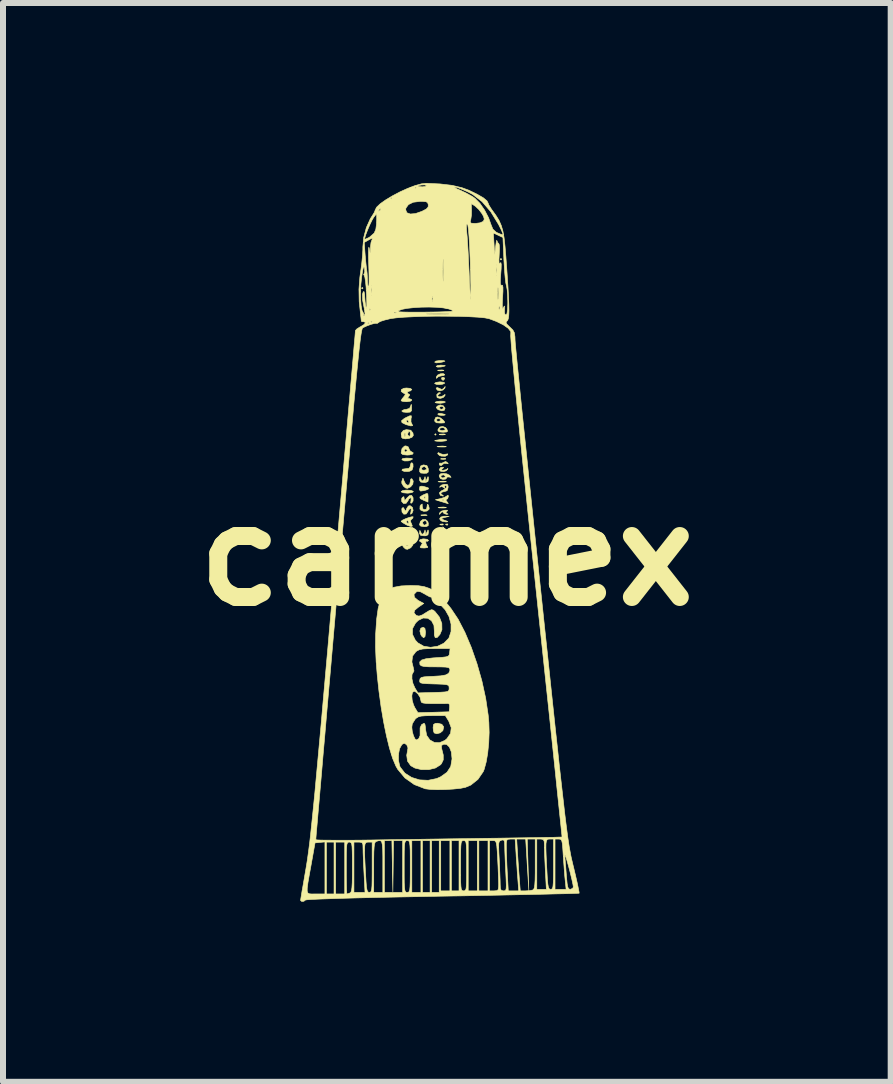
<source format=kicad_pcb>
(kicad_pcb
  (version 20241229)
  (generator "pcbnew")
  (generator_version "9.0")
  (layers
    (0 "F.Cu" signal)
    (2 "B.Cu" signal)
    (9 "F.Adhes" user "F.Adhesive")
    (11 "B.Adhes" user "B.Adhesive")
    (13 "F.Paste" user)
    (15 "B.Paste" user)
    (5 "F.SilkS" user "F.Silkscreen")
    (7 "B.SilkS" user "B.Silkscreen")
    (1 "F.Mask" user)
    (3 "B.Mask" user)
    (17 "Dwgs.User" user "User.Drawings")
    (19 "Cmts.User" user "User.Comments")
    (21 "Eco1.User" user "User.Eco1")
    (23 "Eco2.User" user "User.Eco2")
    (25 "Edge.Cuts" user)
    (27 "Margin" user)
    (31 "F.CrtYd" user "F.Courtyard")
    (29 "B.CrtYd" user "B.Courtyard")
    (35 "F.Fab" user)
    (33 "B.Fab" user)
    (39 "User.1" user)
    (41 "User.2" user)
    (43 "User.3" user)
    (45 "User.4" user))
  (footprint "carmex"
    (layer "F.Cu")
    (at 4.398 6.211)
    (property "Reference" "carmex" (at 0 0 0) (layer "F.SilkS") (effects (font (size 1.524 1.524) (thickness 0.3))))
    (attr through_hole)
    (fp_poly (pts (xy -1.397 -4.458) (xy -1.41 -4.445) (xy -1.422 -4.458) (xy -1.41 -4.47) (xy -1.397 -4.458)) (stroke (width 0.01) (type solid)) (fill yes) (layer "F.SilkS"))
    (fp_poly (pts (xy -0.178 -2.019) (xy -0.191 -2.007) (xy -0.203 -2.019) (xy -0.191 -2.032) (xy -0.178 -2.019)) (stroke (width 0.01) (type solid)) (fill yes) (layer "F.SilkS"))
    (fp_poly (pts (xy -0.178 0.495) (xy -0.191 0.508) (xy -0.203 0.495) (xy -0.191 0.483) (xy -0.178 0.495)) (stroke (width 0.01) (type solid)) (fill yes) (layer "F.SilkS"))
    (fp_poly (pts (xy 0.914 -4.94) (xy 0.902 -4.928) (xy 0.889 -4.94) (xy 0.902 -4.953) (xy 0.914 -4.94)) (stroke (width 0.01) (type solid)) (fill yes) (layer "F.SilkS"))
    (fp_poly (pts (xy -0.161 0.389) (xy -0.158 0.42) (xy -0.161 0.423) (xy -0.176 0.42) (xy -0.178 0.406) (xy -0.169 0.385) (xy -0.161 0.389)) (stroke (width 0.01) (type solid)) (fill yes) (layer "F.SilkS"))
    (fp_poly (pts (xy -0.058 -0.523) (xy -0.065 -0.512) (xy -0.091 -0.51) (xy -0.118 -0.516) (xy -0.106 -0.525) (xy -0.067 -0.528) (xy -0.058 -0.523)) (stroke (width 0.01) (type solid)) (fill yes) (layer "F.SilkS"))
    (fp_poly (pts (xy 0.017 -0.525) (xy 0.013 -0.51) (xy 0 -0.508) (xy -0.021 -0.517) (xy -0.017 -0.525) (xy 0.013 -0.528) (xy 0.017 -0.525)) (stroke (width 0.01) (type solid)) (fill yes) (layer "F.SilkS"))
    (fp_poly (pts (xy -0.337 -0.678) (xy -0.329 -0.671) (xy -0.364 -0.667) (xy -0.381 -0.666) (xy -0.427 -0.669) (xy -0.433 -0.676) (xy -0.425 -0.678) (xy -0.361 -0.682) (xy -0.337 -0.678)) (stroke (width 0.01) (type solid)) (fill yes) (layer "F.SilkS"))
    (fp_poly (pts (xy -0.089 -2.368) (xy -0.041 -2.356) (xy -0.025 -2.347) (xy -0.047 -2.339) (xy -0.089 -2.337) (xy -0.137 -2.344) (xy -0.152 -2.359) (xy -0.131 -2.371) (xy -0.089 -2.368)) (stroke (width 0.01) (type solid)) (fill yes) (layer "F.SilkS"))
    (fp_poly (pts (xy -0.057 -3.091) (xy -0.049 -3.084) (xy -0.084 -3.08) (xy -0.102 -3.079) (xy -0.148 -3.082) (xy -0.153 -3.089) (xy -0.146 -3.091) (xy -0.082 -3.095) (xy -0.057 -3.091)) (stroke (width 0.01) (type solid)) (fill yes) (layer "F.SilkS"))
    (fp_poly (pts (xy -0.036 -2.96) (xy -0.038 -2.946) (xy -0.06 -2.922) (xy -0.064 -2.921) (xy -0.084 -2.939) (xy -0.089 -2.946) (xy -0.083 -2.968) (xy -0.064 -2.972) (xy -0.036 -2.96)) (stroke (width 0.01) (type solid)) (fill yes) (layer "F.SilkS"))
    (fp_poly (pts (xy -0.032 -2.024) (xy -0.024 -2.017) (xy -0.059 -2.013) (xy -0.076 -2.012) (xy -0.122 -2.015) (xy -0.128 -2.022) (xy -0.121 -2.024) (xy -0.056 -2.028) (xy -0.032 -2.024)) (stroke (width 0.01) (type solid)) (fill yes) (layer "F.SilkS"))
    (fp_poly (pts (xy -0.019 -1.237) (xy -0.007 -1.231) (xy -0.039 -1.227) (xy -0.076 -1.226) (xy -0.131 -1.228) (xy -0.146 -1.233) (xy -0.133 -1.237) (xy -0.059 -1.241) (xy -0.019 -1.237)) (stroke (width 0.01) (type solid)) (fill yes) (layer "F.SilkS"))
    (fp_poly (pts (xy -0.019 -0.805) (xy -0.007 -0.799) (xy -0.039 -0.795) (xy -0.076 -0.794) (xy -0.131 -0.796) (xy -0.146 -0.801) (xy -0.133 -0.805) (xy -0.059 -0.81) (xy -0.019 -0.805)) (stroke (width 0.01) (type solid)) (fill yes) (layer "F.SilkS"))
    (fp_poly (pts (xy -0.019 -1.821) (xy -0.008 -1.815) (xy -0.042 -1.811) (xy -0.089 -1.811) (xy -0.147 -1.813) (xy -0.163 -1.817) (xy -0.146 -1.822) (xy -0.071 -1.826) (xy -0.019 -1.821)) (stroke (width 0.01) (type solid)) (fill yes) (layer "F.SilkS"))
    (fp_poly (pts (xy -0.019 -1.617) (xy -0.018 -1.609) (xy -0.057 -1.605) (xy -0.064 -1.605) (xy -0.103 -1.609) (xy -0.099 -1.617) (xy -0.095 -1.618) (xy -0.039 -1.622) (xy -0.019 -1.617)) (stroke (width 0.01) (type solid)) (fill yes) (layer "F.SilkS"))
    (fp_poly (pts (xy 0.006 -0.348) (xy 0.018 -0.342) (xy -0.014 -0.338) (xy -0.051 -0.337) (xy -0.106 -0.339) (xy -0.121 -0.344) (xy -0.108 -0.348) (xy -0.034 -0.352) (xy 0.006 -0.348)) (stroke (width 0.01) (type solid)) (fill yes) (layer "F.SilkS"))
    (fp_poly (pts (xy 0.01 -0.271) (xy 0.025 -0.254) (xy 0.004 -0.235) (xy -0.038 -0.229) (xy -0.086 -0.237) (xy -0.102 -0.254) (xy -0.08 -0.273) (xy -0.038 -0.279) (xy 0.01 -0.271)) (stroke (width 0.01) (type solid)) (fill yes) (layer "F.SilkS"))
    (fp_poly (pts (xy -0.591 -1.622) (xy -0.572 -1.612) (xy -0.584 -1.6) (xy -0.642 -1.579) (xy -0.705 -1.578) (xy -0.747 -1.597) (xy -0.749 -1.6) (xy -0.738 -1.617) (xy -0.683 -1.625) (xy -0.656 -1.625) (xy -0.591 -1.622)) (stroke (width 0.01) (type solid)) (fill yes) (layer "F.SilkS"))
    (fp_poly (pts (xy -0.366 1.212) (xy -0.356 1.271) (xy -0.356 1.283) (xy -0.364 1.349) (xy -0.387 1.369) (xy -0.419 1.342) (xy -0.433 1.319) (xy -0.45 1.256) (xy -0.433 1.209) (xy -0.394 1.194) (xy -0.366 1.212)) (stroke (width 0.01) (type solid)) (fill yes) (layer "F.SilkS"))
    (fp_poly (pts (xy -0.046 -3.249) (xy -0.032 -3.241) (xy -0.069 -3.228) (xy -0.121 -3.217) (xy -0.178 -3.213) (xy -0.203 -3.225) (xy -0.203 -3.226) (xy -0.181 -3.243) (xy -0.125 -3.251) (xy -0.11 -3.251) (xy -0.046 -3.249)) (stroke (width 0.01) (type solid)) (fill yes) (layer "F.SilkS"))
    (fp_poly (pts (xy -0.036 -3.019) (xy -0.047 -3.003) (xy -0.085 -2.997) (xy -0.138 -2.986) (xy -0.161 -2.965) (xy -0.172 -2.954) (xy -0.176 -2.975) (xy -0.156 -3.008) (xy -0.11 -3.03) (xy -0.061 -3.034) (xy -0.036 -3.019)) (stroke (width 0.01) (type solid)) (fill yes) (layer "F.SilkS"))
    (fp_poly (pts (xy -0.387 -1.153) (xy -0.333 -1.137) (xy -0.307 -1.127) (xy -0.306 -1.111) (xy -0.346 -1.093) (xy -0.387 -1.083) (xy -0.438 -1.076) (xy -0.456 -1.097) (xy -0.457 -1.118) (xy -0.449 -1.153) (xy -0.416 -1.158) (xy -0.387 -1.153)) (stroke (width 0.01) (type solid)) (fill yes) (layer "F.SilkS"))
    (fp_poly (pts (xy -0.116 -1.703) (xy -0.061 -1.685) (xy -0.023 -1.69) (xy 0.015 -1.696) (xy 0.014 -1.679) (xy -0.027 -1.656) (xy -0.092 -1.659) (xy -0.121 -1.668) (xy -0.15 -1.696) (xy -0.152 -1.707) (xy -0.138 -1.717) (xy -0.116 -1.703)) (stroke (width 0.01) (type solid)) (fill yes) (layer "F.SilkS"))
    (fp_poly (pts (xy -0.057 -2.89) (xy -0.035 -2.878) (xy -0.036 -2.874) (xy -0.067 -2.858) (xy -0.119 -2.851) (xy -0.172 -2.854) (xy -0.202 -2.867) (xy -0.203 -2.872) (xy -0.181 -2.887) (xy -0.126 -2.895) (xy -0.113 -2.896) (xy -0.057 -2.89)) (stroke (width 0.01) (type solid)) (fill yes) (layer "F.SilkS"))
    (fp_poly (pts (xy -0.054 -2.573) (xy -0.026 -2.562) (xy -0.025 -2.559) (xy -0.048 -2.547) (xy -0.103 -2.54) (xy -0.119 -2.54) (xy -0.174 -2.544) (xy -0.196 -2.554) (xy -0.195 -2.557) (xy -0.161 -2.57) (xy -0.107 -2.575) (xy -0.054 -2.573)) (stroke (width 0.01) (type solid)) (fill yes) (layer "F.SilkS"))
    (fp_poly (pts (xy -0.597 -1.087) (xy -0.561 -1.072) (xy -0.559 -1.067) (xy -0.581 -1.051) (xy -0.638 -1.042) (xy -0.66 -1.041) (xy -0.724 -1.047) (xy -0.759 -1.061) (xy -0.762 -1.067) (xy -0.739 -1.083) (xy -0.683 -1.092) (xy -0.66 -1.092) (xy -0.597 -1.087)) (stroke (width 0.01) (type solid)) (fill yes) (layer "F.SilkS"))
    (fp_poly (pts (xy -0.048 -3.172) (xy -0.025 -3.165) (xy -0.025 -3.165) (xy -0.047 -3.155) (xy -0.1 -3.144) (xy -0.102 -3.144) (xy -0.155 -3.142) (xy -0.178 -3.153) (xy -0.178 -3.154) (xy -0.156 -3.169) (xy -0.102 -3.175) (xy -0.102 -3.175) (xy -0.048 -3.172)) (stroke (width 0.01) (type solid)) (fill yes) (layer "F.SilkS"))
    (fp_poly (pts (xy -0.003 -1.929) (xy 0 -1.925) (xy -0.023 -1.912) (xy -0.079 -1.906) (xy -0.102 -1.905) (xy -0.165 -1.907) (xy -0.201 -1.913) (xy -0.203 -1.915) (xy -0.181 -1.923) (xy -0.124 -1.932) (xy -0.102 -1.935) (xy -0.038 -1.936) (xy -0.003 -1.929)) (stroke (width 0.01) (type solid)) (fill yes) (layer "F.SilkS"))
    (fp_poly (pts (xy 0.005 -0.162) (xy 0.046 -0.154) (xy 0.051 -0.149) (xy 0.029 -0.137) (xy -0.024 -0.126) (xy -0.088 -0.12) (xy -0.142 -0.119) (xy -0.166 -0.124) (xy -0.176 -0.148) (xy -0.145 -0.161) (xy -0.067 -0.165) (xy -0.064 -0.165) (xy 0.005 -0.162)) (stroke (width 0.01) (type solid)) (fill yes) (layer "F.SilkS"))
    (fp_poly (pts (xy -0.566 -0.409) (xy -0.57 -0.353) (xy -0.588 -0.327) (xy -0.644 -0.308) (xy -0.706 -0.308) (xy -0.747 -0.327) (xy -0.749 -0.33) (xy -0.74 -0.348) (xy -0.691 -0.356) (xy -0.69 -0.356) (xy -0.628 -0.368) (xy -0.597 -0.413) (xy -0.578 -0.47) (xy -0.566 -0.409)) (stroke (width 0.01) (type solid)) (fill yes) (layer "F.SilkS"))
    (fp_poly (pts (xy -0.084 2.811) (xy -0.053 2.853) (xy -0.065 2.912) (xy -0.068 2.918) (xy -0.111 2.954) (xy -0.167 2.969) (xy -0.21 2.956) (xy -0.211 2.956) (xy -0.224 2.92) (xy -0.229 2.866) (xy -0.222 2.815) (xy -0.191 2.796) (xy -0.152 2.794) (xy -0.084 2.811)) (stroke (width 0.01) (type solid)) (fill yes) (layer "F.SilkS"))
    (fp_poly (pts (xy -0.03 -2.802) (xy -0.032 -2.794) (xy -0.063 -2.761) (xy -0.114 -2.746) (xy -0.158 -2.758) (xy -0.16 -2.759) (xy -0.179 -2.792) (xy -0.16 -2.802) (xy -0.126 -2.788) (xy -0.082 -2.769) (xy -0.053 -2.787) (xy -0.048 -2.794) (xy -0.028 -2.819) (xy -0.03 -2.802)) (stroke (width 0.01) (type solid)) (fill yes) (layer "F.SilkS"))
    (fp_poly (pts (xy -0.589 -2.499) (xy -0.588 -2.47) (xy -0.589 -2.415) (xy -0.611 -2.392) (xy -0.666 -2.388) (xy -0.675 -2.388) (xy -0.732 -2.394) (xy -0.751 -2.41) (xy -0.749 -2.413) (xy -0.714 -2.433) (xy -0.673 -2.438) (xy -0.621 -2.455) (xy -0.602 -2.496) (xy -0.594 -2.522) (xy -0.589 -2.499)) (stroke (width 0.01) (type solid)) (fill yes) (layer "F.SilkS"))
    (fp_poly (pts (xy 0.007 -1.552) (xy 0.023 -1.531) (xy -0.003 -1.537) (xy -0.004 -1.537) (xy -0.048 -1.538) (xy -0.062 -1.526) (xy -0.094 -1.5) (xy -0.122 -1.509) (xy -0.127 -1.528) (xy -0.117 -1.545) (xy -0.11 -1.541) (xy -0.08 -1.541) (xy -0.058 -1.554) (xy -0.019 -1.569) (xy 0.007 -1.552)) (stroke (width 0.01) (type solid)) (fill yes) (layer "F.SilkS"))
    (fp_poly (pts (xy 0.038 -0.654) (xy -0.038 -0.636) (xy -0.081 -0.623) (xy -0.085 -0.61) (xy -0.045 -0.591) (xy 0 -0.576) (xy 0.016 -0.565) (xy -0.013 -0.561) (xy -0.073 -0.571) (xy -0.099 -0.582) (xy -0.121 -0.613) (xy -0.103 -0.642) (xy -0.053 -0.657) (xy -0.03 -0.657) (xy 0.038 -0.654)) (stroke (width 0.01) (type solid)) (fill yes) (layer "F.SilkS"))
    (fp_poly (pts (xy -0.565 -1.528) (xy -0.563 -1.48) (xy -0.579 -1.429) (xy -0.619 -1.407) (xy -0.652 -1.402) (xy -0.712 -1.404) (xy -0.748 -1.42) (xy -0.748 -1.421) (xy -0.74 -1.441) (xy -0.688 -1.448) (xy -0.687 -1.448) (xy -0.631 -1.455) (xy -0.611 -1.484) (xy -0.61 -1.499) (xy -0.598 -1.54) (xy -0.583 -1.549) (xy -0.565 -1.528)) (stroke (width 0.01) (type solid)) (fill yes) (layer "F.SilkS"))
    (fp_poly (pts (xy 0.009 -0.745) (xy 0.003 -0.741) (xy -0.018 -0.719) (xy 0.003 -0.704) (xy 0.02 -0.692) (xy -0.004 -0.688) (xy -0.048 -0.702) (xy -0.059 -0.718) (xy -0.077 -0.734) (xy -0.102 -0.711) (xy -0.123 -0.686) (xy -0.123 -0.702) (xy -0.121 -0.711) (xy -0.091 -0.741) (xy -0.036 -0.757) (xy 0.01 -0.757) (xy 0.009 -0.745)) (stroke (width 0.01) (type solid)) (fill yes) (layer "F.SilkS"))
    (fp_poly (pts (xy -0.104 -2.71) (xy -0.121 -2.701) (xy -0.15 -2.674) (xy -0.152 -2.664) (xy -0.134 -2.647) (xy -0.092 -2.651) (xy -0.051 -2.671) (xy -0.043 -2.68) (xy -0.029 -2.685) (xy -0.032 -2.667) (xy -0.062 -2.634) (xy -0.111 -2.62) (xy -0.156 -2.631) (xy -0.164 -2.64) (xy -0.168 -2.684) (xy -0.138 -2.713) (xy -0.119 -2.716) (xy -0.104 -2.71)) (stroke (width 0.01) (type solid)) (fill yes) (layer "F.SilkS"))
    (fp_poly (pts (xy -0.053 -1.469) (xy -0.071 -1.451) (xy -0.076 -1.448) (xy -0.097 -1.429) (xy -0.072 -1.423) (xy -0.059 -1.423) (xy -0.01 -1.433) (xy 0.009 -1.448) (xy 0.017 -1.454) (xy 0.015 -1.442) (xy -0.01 -1.414) (xy -0.056 -1.401) (xy -0.103 -1.406) (xy -0.127 -1.429) (xy -0.127 -1.433) (xy -0.106 -1.467) (xy -0.083 -1.473) (xy -0.053 -1.469)) (stroke (width 0.01) (type solid)) (fill yes) (layer "F.SilkS"))
    (fp_poly (pts (xy -0.56 -0.227) (xy -0.568 -0.174) (xy -0.602 -0.131) (xy -0.608 -0.128) (xy -0.657 -0.105) (xy -0.689 -0.111) (xy -0.722 -0.142) (xy -0.757 -0.197) (xy -0.756 -0.246) (xy -0.738 -0.266) (xy -0.717 -0.256) (xy -0.707 -0.223) (xy -0.686 -0.178) (xy -0.66 -0.165) (xy -0.628 -0.187) (xy -0.614 -0.223) (xy -0.599 -0.261) (xy -0.582 -0.266) (xy -0.56 -0.227)) (stroke (width 0.01) (type solid)) (fill yes) (layer "F.SilkS"))
    (fp_poly (pts (xy -0.41 -0.83) (xy -0.411 -0.826) (xy -0.4 -0.78) (xy -0.375 -0.767) (xy -0.339 -0.775) (xy -0.33 -0.817) (xy -0.325 -0.855) (xy -0.31 -0.846) (xy -0.307 -0.841) (xy -0.294 -0.79) (xy -0.297 -0.771) (xy -0.331 -0.743) (xy -0.384 -0.738) (xy -0.432 -0.756) (xy -0.449 -0.776) (xy -0.446 -0.827) (xy -0.433 -0.846) (xy -0.411 -0.86) (xy -0.41 -0.83)) (stroke (width 0.01) (type solid)) (fill yes) (layer "F.SilkS"))
    (fp_poly (pts (xy -0.727 -1.283) (xy -0.714 -1.245) (xy -0.686 -1.191) (xy -0.65 -1.171) (xy -0.62 -1.188) (xy -0.61 -1.232) (xy -0.602 -1.276) (xy -0.584 -1.283) (xy -0.56 -1.243) (xy -0.568 -1.19) (xy -0.603 -1.147) (xy -0.608 -1.144) (xy -0.657 -1.121) (xy -0.689 -1.128) (xy -0.724 -1.159) (xy -0.751 -1.206) (xy -0.751 -1.237) (xy -0.736 -1.28) (xy -0.734 -1.291) (xy -0.727 -1.283)) (stroke (width 0.01) (type solid)) (fill yes) (layer "F.SilkS"))
    (fp_poly (pts (xy -0.056 -0.469) (xy -0.042 -0.452) (xy -0.009 -0.423) (xy 0.025 -0.438) (xy 0.026 -0.439) (xy 0.048 -0.456) (xy 0.037 -0.439) (xy 0.027 -0.425) (xy -0.019 -0.388) (xy -0.078 -0.391) (xy -0.095 -0.398) (xy -0.125 -0.426) (xy -0.127 -0.437) (xy -0.111 -0.445) (xy -0.084 -0.429) (xy -0.054 -0.408) (xy -0.053 -0.426) (xy -0.059 -0.445) (xy -0.069 -0.479) (xy -0.056 -0.469)) (stroke (width 0.01) (type solid)) (fill yes) (layer "F.SilkS"))
    (fp_poly (pts (xy -0.354 -0.602) (xy -0.318 -0.569) (xy -0.309 -0.539) (xy -0.311 -0.499) (xy -0.343 -0.484) (xy -0.379 -0.483) (xy -0.436 -0.492) (xy -0.457 -0.514) (xy -0.447 -0.546) (xy -0.406 -0.546) (xy -0.386 -0.512) (xy -0.368 -0.508) (xy -0.335 -0.528) (xy -0.33 -0.546) (xy -0.351 -0.58) (xy -0.368 -0.584) (xy -0.402 -0.564) (xy -0.406 -0.546) (xy -0.447 -0.546) (xy -0.439 -0.572) (xy -0.4 -0.602) (xy -0.354 -0.602)) (stroke (width 0.01) (type solid)) (fill yes) (layer "F.SilkS"))
    (fp_poly (pts (xy -0.308 -1.304) (xy -0.307 -1.276) (xy -0.315 -1.235) (xy -0.352 -1.22) (xy -0.381 -1.219) (xy -0.435 -1.226) (xy -0.454 -1.254) (xy -0.454 -1.276) (xy -0.45 -1.311) (xy -0.442 -1.296) (xy -0.44 -1.289) (xy -0.42 -1.251) (xy -0.406 -1.245) (xy -0.383 -1.265) (xy -0.373 -1.289) (xy -0.364 -1.316) (xy -0.358 -1.295) (xy -0.357 -1.283) (xy -0.352 -1.232) (xy -0.33 -1.283) (xy -0.314 -1.317) (xy -0.308 -1.304)) (stroke (width 0.01) (type solid)) (fill yes) (layer "F.SilkS"))
    (fp_poly (pts (xy -0.308 -0.415) (xy -0.307 -0.387) (xy -0.315 -0.346) (xy -0.352 -0.331) (xy -0.381 -0.33) (xy -0.435 -0.337) (xy -0.454 -0.365) (xy -0.454 -0.387) (xy -0.45 -0.422) (xy -0.442 -0.407) (xy -0.44 -0.4) (xy -0.42 -0.362) (xy -0.406 -0.356) (xy -0.383 -0.376) (xy -0.373 -0.4) (xy -0.364 -0.427) (xy -0.358 -0.406) (xy -0.357 -0.394) (xy -0.352 -0.343) (xy -0.33 -0.394) (xy -0.314 -0.428) (xy -0.308 -0.415)) (stroke (width 0.01) (type solid)) (fill yes) (layer "F.SilkS"))
    (fp_poly (pts (xy -0.105 -2.294) (xy -0.064 -2.261) (xy -0.036 -2.227) (xy -0.042 -2.213) (xy -0.09 -2.21) (xy -0.11 -2.21) (xy -0.173 -2.215) (xy -0.199 -2.235) (xy -0.203 -2.261) (xy -0.178 -2.261) (xy -0.157 -2.238) (xy -0.14 -2.235) (xy -0.106 -2.249) (xy -0.102 -2.261) (xy -0.122 -2.283) (xy -0.14 -2.286) (xy -0.174 -2.272) (xy -0.178 -2.261) (xy -0.203 -2.261) (xy -0.185 -2.303) (xy -0.156 -2.311) (xy -0.105 -2.294)) (stroke (width 0.01) (type solid)) (fill yes) (layer "F.SilkS"))
    (fp_poly (pts (xy -0.061 -2.499) (xy -0.03 -2.459) (xy -0.03 -2.457) (xy -0.042 -2.423) (xy -0.083 -2.413) (xy -0.141 -2.431) (xy -0.152 -2.438) (xy -0.174 -2.464) (xy -0.127 -2.464) (xy -0.106 -2.441) (xy -0.089 -2.438) (xy -0.055 -2.452) (xy -0.051 -2.464) (xy -0.071 -2.486) (xy -0.089 -2.489) (xy -0.123 -2.475) (xy -0.127 -2.464) (xy -0.174 -2.464) (xy -0.176 -2.466) (xy -0.161 -2.491) (xy -0.112 -2.512) (xy -0.061 -2.499)) (stroke (width 0.01) (type solid)) (fill yes) (layer "F.SilkS"))
    (fp_poly (pts (xy -0.563 -0.965) (xy -0.563 -0.911) (xy -0.587 -0.875) (xy -0.604 -0.877) (xy -0.598 -0.911) (xy -0.594 -0.954) (xy -0.606 -0.965) (xy -0.633 -0.944) (xy -0.648 -0.914) (xy -0.679 -0.872) (xy -0.721 -0.868) (xy -0.753 -0.903) (xy -0.753 -0.903) (xy -0.752 -0.953) (xy -0.74 -0.972) (xy -0.717 -0.983) (xy -0.711 -0.951) (xy -0.707 -0.921) (xy -0.691 -0.928) (xy -0.663 -0.963) (xy -0.622 -1.001) (xy -0.588 -1.005) (xy -0.563 -0.965)) (stroke (width 0.01) (type solid)) (fill yes) (layer "F.SilkS"))
    (fp_poly (pts (xy -0.328 -0.272) (xy -0.305 -0.253) (xy -0.305 -0.253) (xy -0.321 -0.238) (xy -0.332 -0.242) (xy -0.35 -0.239) (xy -0.35 -0.208) (xy -0.337 -0.17) (xy -0.318 -0.146) (xy -0.322 -0.134) (xy -0.365 -0.128) (xy -0.378 -0.127) (xy -0.433 -0.13) (xy -0.446 -0.143) (xy -0.429 -0.169) (xy -0.408 -0.205) (xy -0.425 -0.222) (xy -0.425 -0.222) (xy -0.457 -0.244) (xy -0.446 -0.266) (xy -0.399 -0.279) (xy -0.381 -0.279) (xy -0.328 -0.272)) (stroke (width 0.01) (type solid)) (fill yes) (layer "F.SilkS"))
    (fp_poly (pts (xy -0.317 -1.031) (xy -0.313 -0.99) (xy -0.313 -0.965) (xy -0.314 -0.913) (xy -0.315 -0.892) (xy -0.315 -0.892) (xy -0.338 -0.902) (xy -0.387 -0.922) (xy -0.443 -0.95) (xy -0.447 -0.965) (xy -0.381 -0.965) (xy -0.372 -0.944) (xy -0.364 -0.948) (xy -0.361 -0.978) (xy -0.364 -0.982) (xy -0.379 -0.979) (xy -0.381 -0.965) (xy -0.447 -0.965) (xy -0.45 -0.976) (xy -0.407 -1.005) (xy -0.393 -1.012) (xy -0.339 -1.035) (xy -0.317 -1.031)) (stroke (width 0.01) (type solid)) (fill yes) (layer "F.SilkS"))
    (fp_poly (pts (xy -0.021 -2.134) (xy -0.001 -2.11) (xy 0.013 -2.075) (xy -0.003 -2.061) (xy -0.059 -2.057) (xy -0.064 -2.057) (xy -0.126 -2.062) (xy -0.148 -2.081) (xy -0.148 -2.102) (xy -0.143 -2.108) (xy -0.127 -2.108) (xy -0.106 -2.088) (xy -0.076 -2.083) (xy -0.035 -2.093) (xy -0.025 -2.108) (xy -0.047 -2.129) (xy -0.076 -2.134) (xy -0.117 -2.123) (xy -0.127 -2.108) (xy -0.143 -2.108) (xy -0.12 -2.143) (xy -0.07 -2.154) (xy -0.021 -2.134)) (stroke (width 0.01) (type solid)) (fill yes) (layer "F.SilkS"))
    (fp_poly (pts (xy -0.574 -0.804) (xy -0.562 -0.753) (xy -0.582 -0.705) (xy -0.585 -0.702) (xy -0.605 -0.69) (xy -0.601 -0.719) (xy -0.598 -0.73) (xy -0.594 -0.775) (xy -0.606 -0.787) (xy -0.633 -0.766) (xy -0.648 -0.737) (xy -0.678 -0.694) (xy -0.718 -0.691) (xy -0.747 -0.726) (xy -0.751 -0.777) (xy -0.745 -0.794) (xy -0.724 -0.8) (xy -0.708 -0.773) (xy -0.692 -0.741) (xy -0.681 -0.753) (xy -0.671 -0.782) (xy -0.642 -0.827) (xy -0.613 -0.833) (xy -0.574 -0.804)) (stroke (width 0.01) (type solid)) (fill yes) (layer "F.SilkS"))
    (fp_poly (pts (xy -0.332 -1.5) (xy -0.312 -1.457) (xy -0.309 -1.441) (xy -0.31 -1.393) (xy -0.335 -1.374) (xy -0.381 -1.372) (xy -0.436 -1.377) (xy -0.454 -1.401) (xy -0.453 -1.441) (xy -0.449 -1.454) (xy -0.425 -1.454) (xy -0.414 -1.429) (xy -0.381 -1.422) (xy -0.341 -1.434) (xy -0.337 -1.454) (xy -0.368 -1.484) (xy -0.381 -1.486) (xy -0.419 -1.466) (xy -0.425 -1.454) (xy -0.449 -1.454) (xy -0.436 -1.494) (xy -0.395 -1.511) (xy -0.381 -1.511) (xy -0.332 -1.5)) (stroke (width 0.01) (type solid)) (fill yes) (layer "F.SilkS"))
    (fp_poly (pts (xy 0.025 -0.984) (xy 0.012 -0.947) (xy -0.003 -0.94) (xy -0.017 -0.928) (xy 0 -0.902) (xy 0.022 -0.872) (xy 0.022 -0.866) (xy -0.006 -0.874) (xy -0.064 -0.892) (xy -0.089 -0.899) (xy -0.178 -0.927) (xy -0.076 -0.927) (xy -0.064 -0.914) (xy -0.051 -0.927) (xy -0.064 -0.94) (xy -0.076 -0.927) (xy -0.178 -0.927) (xy -0.191 -0.931) (xy -0.102 -0.951) (xy -0.037 -0.972) (xy 0.004 -0.997) (xy 0.006 -1) (xy 0.021 -1.007) (xy 0.025 -0.984)) (stroke (width 0.01) (type solid)) (fill yes) (layer "F.SilkS"))
    (fp_poly (pts (xy -0.643 -1.812) (xy -0.635 -1.79) (xy -0.614 -1.748) (xy -0.597 -1.736) (xy -0.56 -1.713) (xy -0.569 -1.692) (xy -0.619 -1.679) (xy -0.66 -1.676) (xy -0.733 -1.683) (xy -0.761 -1.706) (xy -0.762 -1.712) (xy -0.754 -1.753) (xy -0.711 -1.753) (xy -0.692 -1.728) (xy -0.686 -1.727) (xy -0.661 -1.747) (xy -0.66 -1.753) (xy -0.68 -1.777) (xy -0.686 -1.778) (xy -0.71 -1.759) (xy -0.711 -1.753) (xy -0.754 -1.753) (xy -0.747 -1.786) (xy -0.706 -1.825) (xy -0.683 -1.829) (xy -0.643 -1.812)) (stroke (width 0.01) (type solid)) (fill yes) (layer "F.SilkS"))
    (fp_poly (pts (xy -0.591 -2.306) (xy -0.597 -2.285) (xy -0.598 -2.226) (xy -0.583 -2.196) (xy -0.57 -2.166) (xy -0.601 -2.162) (xy -0.675 -2.182) (xy -0.692 -2.189) (xy -0.748 -2.217) (xy -0.754 -2.245) (xy -0.677 -2.245) (xy -0.673 -2.235) (xy -0.65 -2.211) (xy -0.646 -2.21) (xy -0.635 -2.229) (xy -0.635 -2.235) (xy -0.655 -2.26) (xy -0.662 -2.261) (xy -0.677 -2.245) (xy -0.754 -2.245) (xy -0.755 -2.248) (xy -0.712 -2.284) (xy -0.687 -2.298) (xy -0.622 -2.329) (xy -0.593 -2.332) (xy -0.591 -2.306)) (stroke (width 0.01) (type solid)) (fill yes) (layer "F.SilkS"))
    (fp_poly (pts (xy -0.000436 -1.363) (xy 0.046 -1.339) (xy 0.051 -1.333) (xy 0.07 -1.305) (xy 0.05 -1.307) (xy 0.042 -1.31) (xy 0.007 -1.311) (xy 0 -1.298) (xy -0.02 -1.276) (xy -0.064 -1.27) (xy -0.105 -1.283) (xy -0.11 -1.287) (xy -0.124 -1.321) (xy -0.102 -1.321) (xy -0.081 -1.298) (xy -0.064 -1.295) (xy -0.03 -1.309) (xy -0.025 -1.321) (xy -0.046 -1.343) (xy -0.064 -1.346) (xy -0.097 -1.332) (xy -0.102 -1.321) (xy -0.124 -1.321) (xy -0.126 -1.325) (xy -0.127 -1.338) (xy -0.106 -1.363) (xy -0.058 -1.371) (xy -0.000436 -1.363)) (stroke (width 0.01) (type solid)) (fill yes) (layer "F.SilkS"))
    (fp_poly (pts (xy -0.562 -0.647) (xy -0.567 -0.624) (xy -0.585 -0.609) (xy -0.609 -0.583) (xy -0.596 -0.544) (xy -0.59 -0.534) (xy -0.575 -0.493) (xy -0.598 -0.484) (xy -0.659 -0.505) (xy -0.692 -0.523) (xy -0.741 -0.552) (xy -0.759 -0.569) (xy -0.677 -0.569) (xy -0.673 -0.559) (xy -0.65 -0.535) (xy -0.646 -0.533) (xy -0.635 -0.553) (xy -0.635 -0.559) (xy -0.655 -0.583) (xy -0.662 -0.584) (xy -0.677 -0.569) (xy -0.759 -0.569) (xy -0.762 -0.572) (xy -0.762 -0.572) (xy -0.741 -0.59) (xy -0.69 -0.614) (xy -0.63 -0.636) (xy -0.581 -0.648) (xy -0.562 -0.647)) (stroke (width 0.01) (type solid)) (fill yes) (layer "F.SilkS"))
    (fp_poly (pts (xy -0.614 -2.788) (xy -0.585 -2.772) (xy -0.584 -2.769) (xy -0.605 -2.746) (xy -0.622 -2.743) (xy -0.656 -2.729) (xy -0.66 -2.718) (xy -0.641 -2.694) (xy -0.632 -2.692) (xy -0.618 -2.68) (xy -0.635 -2.654) (xy -0.653 -2.624) (xy -0.629 -2.616) (xy -0.625 -2.616) (xy -0.59 -2.603) (xy -0.584 -2.591) (xy -0.607 -2.574) (xy -0.661 -2.566) (xy -0.673 -2.565) (xy -0.732 -2.57) (xy -0.761 -2.58) (xy -0.762 -2.582) (xy -0.747 -2.612) (xy -0.72 -2.645) (xy -0.693 -2.681) (xy -0.701 -2.699) (xy -0.72 -2.707) (xy -0.761 -2.736) (xy -0.758 -2.767) (xy -0.717 -2.789) (xy -0.673 -2.794) (xy -0.614 -2.788)) (stroke (width 0.01) (type solid)) (fill yes) (layer "F.SilkS"))
    (fp_poly (pts (xy -0.601 -2.09) (xy -0.565 -2.044) (xy -0.559 -2.003) (xy -0.581 -1.973) (xy -0.632 -1.953) (xy -0.692 -1.946) (xy -0.74 -1.956) (xy -0.754 -1.972) (xy -0.759 -2.021) (xy -0.709 -2.021) (xy -0.705 -1.988) (xy -0.696 -1.988) (xy -0.69 -2.022) (xy -0.691 -2.025) (xy -0.654 -2.025) (xy -0.649 -2.009) (xy -0.624 -1.983) (xy -0.611 -2.006) (xy -0.61 -2.037) (xy -0.616 -2.074) (xy -0.637 -2.065) (xy -0.638 -2.065) (xy -0.654 -2.025) (xy -0.691 -2.025) (xy -0.694 -2.037) (xy -0.705 -2.046) (xy -0.709 -2.021) (xy -0.759 -2.021) (xy -0.761 -2.041) (xy -0.724 -2.086) (xy -0.674 -2.1) (xy -0.601 -2.09)) (stroke (width 0.01) (type solid)) (fill yes) (layer "F.SilkS"))
    (fp_poly (pts (xy 0.006 -1.188) (xy 0.021 -1.16) (xy 0.02 -1.132) (xy 0.004 -1.082) (xy -0.041 -1.067) (xy -0.044 -1.067) (xy -0.091 -1.055) (xy -0.1 -1.031) (xy -0.07 -1.007) (xy -0.056 -0.995) (xy -0.066 -0.993) (xy -0.106 -1.004) (xy -0.11 -1.008) (xy -0.125 -1.046) (xy -0.09 -1.08) (xy -0.064 -1.092) (xy -0.018 -1.119) (xy 0.001 -1.149) (xy -0.014 -1.167) (xy -0.027 -1.168) (xy -0.041 -1.152) (xy -0.035 -1.137) (xy -0.028 -1.119) (xy -0.054 -1.136) (xy -0.056 -1.138) (xy -0.096 -1.156) (xy -0.11 -1.143) (xy -0.118 -1.137) (xy -0.117 -1.149) (xy -0.09 -1.175) (xy -0.043 -1.189) (xy 0.006 -1.188)) (stroke (width 0.01) (type solid)) (fill yes) (layer "F.SilkS"))
    (fp_poly (pts (xy -0.596 0.498) (xy -0.471 0.502) (xy -0.378 0.517) (xy -0.295 0.545) (xy -0.272 0.556) (xy -0.195 0.596) (xy -0.16 0.625) (xy -0.164 0.65) (xy -0.202 0.679) (xy -0.203 0.68) (xy -0.241 0.695) (xy -0.283 0.688) (xy -0.346 0.654) (xy -0.36 0.645) (xy -0.436 0.604) (xy -0.486 0.595) (xy -0.506 0.603) (xy -0.548 0.647) (xy -0.54 0.695) (xy -0.483 0.744) (xy -0.472 0.75) (xy -0.384 0.797) (xy -0.473 0.858) (xy -0.534 0.909) (xy -0.548 0.951) (xy -0.517 0.99) (xy -0.502 1) (xy -0.464 1.008) (xy -0.408 0.988) (xy -0.356 0.955) (xy -0.291 0.915) (xy -0.253 0.901) (xy -0.224 0.91) (xy -0.198 0.932) (xy -0.124 1.025) (xy -0.084 1.13) (xy -0.082 1.234) (xy -0.116 1.315) (xy -0.162 1.365) (xy -0.194 1.367) (xy -0.209 1.322) (xy -0.208 1.27) (xy -0.215 1.163) (xy -0.255 1.086) (xy -0.318 1.044) (xy -0.395 1.04) (xy -0.476 1.079) (xy -0.521 1.123) (xy -0.572 1.216) (xy -0.573 1.313) (xy -0.526 1.408) (xy -0.483 1.454) (xy -0.386 1.51) (xy -0.272 1.528) (xy -0.155 1.511) (xy -0.05 1.46) (xy 0.03 1.379) (xy 0.035 1.371) (xy 0.07 1.265) (xy 0.07 1.141) (xy 0.036 1.016) (xy -0.027 0.904) (xy -0.073 0.854) (xy -0.108 0.817) (xy -0.106 0.793) (xy -0.083 0.774) (xy -0.056 0.762) (xy -0.027 0.772) (xy 0.013 0.812) (xy 0.069 0.882) (xy 0.188 1.06) (xy 0.302 1.28) (xy 0.408 1.531) (xy 0.503 1.804) (xy 0.584 2.089) (xy 0.647 2.377) (xy 0.689 2.658) (xy 0.7 2.781) (xy 0.705 2.947) (xy 0.698 3.122) (xy 0.681 3.292) (xy 0.655 3.443) (xy 0.622 3.563) (xy 0.607 3.6) (xy 0.518 3.73) (xy 0.4 3.824) (xy 0.31 3.862) (xy 0.226 3.879) (xy 0.108 3.891) (xy -0.025 3.899) (xy -0.158 3.901) (xy -0.275 3.897) (xy -0.358 3.887) (xy -0.362 3.886) (xy -0.543 3.816) (xy -0.698 3.706) (xy -0.818 3.563) (xy -0.85 3.507) (xy -0.89 3.412) (xy -0.806 3.412) (xy -0.787 3.503) (xy -0.777 3.526) (xy -0.699 3.626) (xy -0.587 3.697) (xy -0.455 3.738) (xy -0.312 3.745) (xy -0.17 3.716) (xy -0.104 3.687) (xy 0.003 3.611) (xy 0.065 3.515) (xy 0.086 3.391) (xy 0.086 3.381) (xy 0.075 3.273) (xy 0.043 3.192) (xy -0.003 3.147) (xy -0.052 3.143) (xy -0.091 3.165) (xy -0.088 3.21) (xy -0.06 3.323) (xy -0.06 3.405) (xy -0.09 3.468) (xy -0.107 3.487) (xy -0.191 3.54) (xy -0.302 3.567) (xy -0.422 3.567) (xy -0.532 3.541) (xy -0.602 3.501) (xy -0.656 3.425) (xy -0.669 3.327) (xy -0.659 3.273) (xy -0.648 3.205) (xy -0.665 3.161) (xy -0.673 3.151) (xy -0.707 3.127) (xy -0.739 3.141) (xy -0.753 3.155) (xy -0.788 3.218) (xy -0.806 3.311) (xy -0.806 3.412) (xy -0.89 3.412) (xy -0.904 3.379) (xy -0.957 3.207) (xy -1.007 3.002) (xy -1.036 2.861) (xy -0.584 2.861) (xy -0.576 2.933) (xy -0.556 3.004) (xy -0.53 3.056) (xy -0.507 3.073) (xy -0.469 3.052) (xy -0.446 2.999) (xy -0.446 2.936) (xy -0.446 2.936) (xy -0.446 2.871) (xy -0.421 2.817) (xy -0.379 2.794) (xy -0.378 2.794) (xy -0.364 2.816) (xy -0.356 2.872) (xy -0.356 2.892) (xy -0.336 2.997) (xy -0.283 3.072) (xy -0.209 3.114) (xy -0.122 3.118) (xy -0.033 3.08) (xy 0.002 3.05) (xy 0.062 2.963) (xy 0.073 2.869) (xy 0.034 2.764) (xy 0.026 2.75) (xy -0.025 2.667) (xy -0.246 2.667) (xy -0.357 2.669) (xy -0.43 2.675) (xy -0.479 2.689) (xy -0.515 2.713) (xy -0.525 2.722) (xy -0.576 2.803) (xy -0.584 2.861) (xy -1.036 2.861) (xy -1.054 2.771) (xy -1.096 2.523) (xy -1.121 2.337) (xy -0.584 2.337) (xy -0.578 2.41) (xy -0.556 2.487) (xy -0.533 2.535) (xy -0.482 2.618) (xy -0.222 2.611) (xy 0.038 2.603) (xy 0.046 2.532) (xy 0.046 2.48) (xy 0.022 2.464) (xy -0.004 2.465) (xy -0.059 2.467) (xy -0.146 2.467) (xy -0.246 2.467) (xy -0.248 2.467) (xy -0.344 2.464) (xy -0.4 2.456) (xy -0.426 2.442) (xy -0.432 2.419) (xy -0.447 2.359) (xy -0.485 2.302) (xy -0.529 2.265) (xy -0.548 2.261) (xy -0.574 2.282) (xy -0.584 2.337) (xy -1.121 2.337) (xy -1.131 2.265) (xy -1.159 2.007) (xy -1.178 1.772) (xy -0.583 1.772) (xy -0.56 1.864) (xy -0.548 1.923) (xy -0.56 1.944) (xy -0.581 1.983) (xy -0.582 2.052) (xy -0.565 2.131) (xy -0.533 2.204) (xy -0.482 2.288) (xy -0.222 2.281) (xy -0.105 2.277) (xy -0.03 2.272) (xy 0.013 2.264) (xy 0.032 2.249) (xy 0.038 2.226) (xy 0.038 2.21) (xy 0.036 2.181) (xy 0.025 2.162) (xy -0.006 2.151) (xy -0.065 2.144) (xy -0.163 2.14) (xy -0.211 2.139) (xy -0.325 2.135) (xy -0.397 2.13) (xy -0.437 2.121) (xy -0.452 2.106) (xy -0.453 2.083) (xy -0.452 2.076) (xy -0.445 2.048) (xy -0.424 2.031) (xy -0.381 2.021) (xy -0.304 2.015) (xy -0.23 2.012) (xy -0.103 2.004) (xy -0.019 1.989) (xy 0.029 1.963) (xy 0.049 1.924) (xy 0.051 1.902) (xy 0.046 1.88) (xy 0.027 1.866) (xy -0.017 1.858) (xy -0.094 1.855) (xy -0.191 1.854) (xy -0.308 1.853) (xy -0.384 1.847) (xy -0.427 1.836) (xy -0.447 1.818) (xy -0.449 1.814) (xy -0.452 1.772) (xy -0.419 1.74) (xy -0.348 1.719) (xy -0.231 1.705) (xy -0.183 1.702) (xy -0.077 1.695) (xy -0.011 1.687) (xy 0.024 1.675) (xy 0.04 1.654) (xy 0.046 1.622) (xy 0.046 1.619) (xy 0.054 1.549) (xy -0.198 1.549) (xy -0.319 1.551) (xy -0.401 1.556) (xy -0.457 1.568) (xy -0.498 1.588) (xy -0.517 1.602) (xy -0.572 1.675) (xy -0.583 1.772) (xy -1.178 1.772) (xy -1.179 1.756) (xy -1.189 1.522) (xy -1.187 1.311) (xy -1.185 1.282) (xy -1.17 1.058) (xy -1.145 0.88) (xy -1.108 0.743) (xy -1.055 0.642) (xy -0.982 0.572) (xy -0.886 0.528) (xy -0.762 0.505) (xy -0.608 0.498) (xy -0.596 0.498)) (stroke (width 0.01) (type solid)) (fill yes) (layer "F.SilkS"))
    (fp_poly (pts (xy -0.11 -6.195) (xy 0.086 -6.172) (xy 0.25 -6.133) (xy 0.368 -6.09) (xy 0.506 -6.023) (xy 0.608 -5.964) (xy 0.669 -5.913) (xy 0.686 -5.88) (xy 0.7 -5.844) (xy 0.736 -5.786) (xy 0.751 -5.764) (xy 0.818 -5.671) (xy 0.869 -5.589) (xy 0.906 -5.505) (xy 0.934 -5.412) (xy 0.954 -5.298) (xy 0.97 -5.154) (xy 0.985 -4.97) (xy 0.985 -4.966) (xy 1.004 -4.705) (xy 1.018 -4.491) (xy 1.028 -4.318) (xy 1.033 -4.183) (xy 1.035 -4.08) (xy 1.032 -4.006) (xy 1.026 -3.956) (xy 1.016 -3.926) (xy 1.006 -3.914) (xy 0.987 -3.89) (xy 0.998 -3.861) (xy 1.043 -3.816) (xy 1.051 -3.809) (xy 1.1 -3.761) (xy 1.125 -3.715) (xy 1.135 -3.649) (xy 1.137 -3.589) (xy 1.14 -3.547) (xy 1.148 -3.459) (xy 1.161 -3.325) (xy 1.178 -3.148) (xy 1.2 -2.933) (xy 1.225 -2.681) (xy 1.254 -2.395) (xy 1.287 -2.078) (xy 1.323 -1.733) (xy 1.361 -1.362) (xy 1.402 -0.969) (xy 1.445 -0.555) (xy 1.49 -0.125) (xy 1.537 0.32) (xy 1.573 0.66) (xy 1.629 1.194) (xy 1.681 1.679) (xy 1.727 2.119) (xy 1.769 2.516) (xy 1.807 2.873) (xy 1.842 3.192) (xy 1.872 3.475) (xy 1.9 3.726) (xy 1.925 3.946) (xy 1.947 4.139) (xy 1.966 4.307) (xy 1.984 4.451) (xy 2 4.576) (xy 2.014 4.683) (xy 2.028 4.776) (xy 2.04 4.855) (xy 2.053 4.925) (xy 2.064 4.987) (xy 2.076 5.044) (xy 2.089 5.099) (xy 2.102 5.154) (xy 2.111 5.19) (xy 2.144 5.329) (xy 2.172 5.451) (xy 2.192 5.547) (xy 2.204 5.608) (xy 2.205 5.627) (xy 2.179 5.628) (xy 2.105 5.631) (xy 1.988 5.635) (xy 1.831 5.638) (xy 1.638 5.643) (xy 1.412 5.648) (xy 1.157 5.653) (xy 0.876 5.659) (xy 0.574 5.665) (xy 0.253 5.671) (xy -0.077 5.676) (xy -0.482 5.684) (xy -0.853 5.691) (xy -1.187 5.698) (xy -1.484 5.705) (xy -1.74 5.712) (xy -1.954 5.719) (xy -2.125 5.725) (xy -2.25 5.731) (xy -2.328 5.736) (xy -2.358 5.741) (xy -2.358 5.741) (xy -2.383 5.761) (xy -2.419 5.764) (xy -2.438 5.748) (xy -2.438 5.747) (xy -2.434 5.717) (xy -2.422 5.645) (xy -2.414 5.593) (xy -2.328 5.593) (xy -2.316 5.624) (xy -2.291 5.637) (xy -2.252 5.64) (xy -2.197 5.639) (xy -2.184 5.639) (xy -2.032 5.639) (xy -2.032 4.775) (xy -2.007 4.775) (xy -2.007 5.639) (xy -1.88 5.639) (xy -1.88 4.775) (xy -1.854 4.775) (xy -1.854 5.639) (xy -1.702 5.639) (xy -1.702 5.207) (xy -1.676 5.207) (xy -1.676 5.349) (xy -1.674 5.471) (xy -1.672 5.565) (xy -1.669 5.624) (xy -1.666 5.639) (xy -1.636 5.631) (xy -1.615 5.623) (xy -1.6 5.611) (xy -1.589 5.583) (xy -1.582 5.533) (xy -1.577 5.452) (xy -1.575 5.334) (xy -1.575 5.192) (xy -1.575 5.037) (xy -1.577 4.927) (xy -1.58 4.853) (xy -1.586 4.808) (xy -1.597 4.785) (xy -1.611 4.776) (xy -1.626 4.775) (xy -1.549 4.775) (xy -1.549 5.613) (xy -1.364 5.613) (xy -1.38 5.305) (xy -1.387 5.172) (xy -1.392 5.048) (xy -1.396 4.946) (xy -1.396 4.922) (xy -1.372 4.922) (xy -1.369 5.025) (xy -1.362 5.168) (xy -1.355 5.305) (xy -1.347 5.435) (xy -1.34 5.523) (xy -1.33 5.576) (xy -1.318 5.603) (xy -1.3 5.613) (xy -1.291 5.613) (xy -1.274 5.61) (xy -1.262 5.596) (xy -1.253 5.563) (xy -1.248 5.505) (xy -1.246 5.414) (xy -1.245 5.284) (xy -1.245 5.197) (xy -1.219 5.197) (xy -1.219 5.613) (xy -1.067 5.613) (xy -1.067 5.182) (xy -1.067 5.019) (xy -1.069 4.901) (xy -1.075 4.821) (xy -1.086 4.773) (xy -1.104 4.752) (xy -1.126 4.75) (xy -1.041 4.75) (xy -1.041 5.613) (xy -0.737 5.613) (xy -0.737 5.182) (xy -0.711 5.182) (xy -0.711 5.339) (xy -0.71 5.453) (xy -0.706 5.53) (xy -0.7 5.577) (xy -0.691 5.602) (xy -0.677 5.612) (xy -0.66 5.613) (xy -0.642 5.611) (xy -0.629 5.6) (xy -0.619 5.572) (xy -0.614 5.52) (xy -0.611 5.439) (xy -0.61 5.319) (xy -0.61 5.182) (xy -0.61 5.024) (xy -0.611 4.911) (xy -0.615 4.834) (xy -0.621 4.786) (xy -0.63 4.761) (xy -0.644 4.751) (xy -0.66 4.75) (xy -0.584 4.75) (xy -0.584 5.613) (xy -0.432 5.613) (xy -0.432 4.75) (xy -0.406 4.75) (xy -0.406 5.613) (xy -0.279 5.613) (xy -0.279 4.75) (xy -0.254 4.75) (xy -0.254 5.613) (xy -0.127 5.613) (xy -0.127 4.75) (xy -0.102 4.75) (xy -0.102 5.588) (xy 0.051 5.588) (xy 0.051 4.75) (xy 0.076 4.75) (xy 0.076 5.588) (xy 0.203 5.588) (xy 0.203 5.169) (xy 0.229 5.169) (xy 0.229 5.324) (xy 0.23 5.435) (xy 0.234 5.509) (xy 0.24 5.555) (xy 0.25 5.578) (xy 0.265 5.587) (xy 0.279 5.588) (xy 0.298 5.586) (xy 0.312 5.574) (xy 0.321 5.546) (xy 0.326 5.493) (xy 0.329 5.41) (xy 0.33 5.289) (xy 0.33 5.169) (xy 0.33 5.014) (xy 0.328 4.903) (xy 0.325 4.829) (xy 0.319 4.783) (xy 0.309 4.76) (xy 0.294 4.751) (xy 0.279 4.75) (xy 0.356 4.75) (xy 0.356 5.588) (xy 0.508 5.588) (xy 0.508 4.75) (xy 0.533 4.75) (xy 0.533 5.588) (xy 0.686 5.588) (xy 0.686 4.75) (xy 0.711 4.75) (xy 0.711 5.588) (xy 0.787 5.588) (xy 0.835 5.584) (xy 0.857 5.565) (xy 0.863 5.514) (xy 0.864 5.478) (xy 0.862 5.408) (xy 0.858 5.303) (xy 0.853 5.176) (xy 0.847 5.059) (xy 0.84 4.929) (xy 0.834 4.858) (xy 0.864 4.858) (xy 0.867 4.951) (xy 0.873 5.063) (xy 0.879 5.194) (xy 0.884 5.318) (xy 0.888 5.42) (xy 0.889 5.478) (xy 0.892 5.547) (xy 0.907 5.579) (xy 0.939 5.588) (xy 0.944 5.588) (xy 0.967 5.586) (xy 0.981 5.575) (xy 0.989 5.547) (xy 0.991 5.492) (xy 0.988 5.404) (xy 0.982 5.279) (xy 0.975 5.146) (xy 0.97 5.018) (xy 0.966 4.912) (xy 0.965 4.85) (xy 0.965 4.847) (xy 0.991 4.847) (xy 0.992 4.923) (xy 0.996 5.033) (xy 1.001 5.163) (xy 1.007 5.279) (xy 1.024 5.588) (xy 1.198 5.588) (xy 1.184 5.404) (xy 1.175 5.291) (xy 1.166 5.152) (xy 1.156 5.013) (xy 1.154 4.972) (xy 1.138 4.724) (xy 1.164 4.724) (xy 1.179 4.972) (xy 1.188 5.107) (xy 1.198 5.249) (xy 1.207 5.372) (xy 1.209 5.404) (xy 1.224 5.588) (xy 1.308 5.588) (xy 1.38 5.584) (xy 1.433 5.573) (xy 1.433 5.573) (xy 1.448 5.56) (xy 1.459 5.533) (xy 1.466 5.482) (xy 1.471 5.401) (xy 1.473 5.283) (xy 1.473 5.141) (xy 1.473 4.724) (xy 1.499 4.724) (xy 1.499 5.563) (xy 1.659 5.563) (xy 1.642 5.254) (xy 1.636 5.122) (xy 1.63 4.997) (xy 1.627 4.895) (xy 1.626 4.871) (xy 1.651 4.871) (xy 1.654 4.975) (xy 1.66 5.117) (xy 1.668 5.254) (xy 1.675 5.384) (xy 1.683 5.472) (xy 1.692 5.525) (xy 1.705 5.553) (xy 1.723 5.562) (xy 1.731 5.563) (xy 1.748 5.559) (xy 1.761 5.545) (xy 1.769 5.512) (xy 1.774 5.454) (xy 1.777 5.363) (xy 1.778 5.233) (xy 1.778 5.144) (xy 1.778 4.724) (xy 1.803 4.724) (xy 1.803 5.563) (xy 1.988 5.563) (xy 1.973 5.417) (xy 1.964 5.327) (xy 1.955 5.206) (xy 1.945 5.073) (xy 1.941 5.009) (xy 1.967 5.009) (xy 1.969 5.042) (xy 1.977 5.133) (xy 1.986 5.249) (xy 1.995 5.366) (xy 2.005 5.466) (xy 2.016 5.525) (xy 2.031 5.554) (xy 2.055 5.562) (xy 2.06 5.563) (xy 2.1 5.544) (xy 2.108 5.518) (xy 2.101 5.477) (xy 2.084 5.398) (xy 2.059 5.294) (xy 2.033 5.194) (xy 2.002 5.081) (xy 1.981 5.014) (xy 1.97 4.991) (xy 1.967 5.009) (xy 1.941 5.009) (xy 1.94 4.997) (xy 1.932 4.877) (xy 1.925 4.799) (xy 1.915 4.753) (xy 1.9 4.731) (xy 1.878 4.725) (xy 1.863 4.724) (xy 1.803 4.724) (xy 1.778 4.724) (xy 1.714 4.724) (xy 1.689 4.726) (xy 1.671 4.735) (xy 1.659 4.758) (xy 1.652 4.801) (xy 1.651 4.871) (xy 1.626 4.871) (xy 1.626 4.835) (xy 1.623 4.766) (xy 1.609 4.734) (xy 1.576 4.725) (xy 1.562 4.724) (xy 1.499 4.724) (xy 1.473 4.724) (xy 1.34 4.724) (xy 1.366 5.575) (xy 1.34 5.15) (xy 1.314 4.724) (xy 1.164 4.724) (xy 1.138 4.724) (xy 1.064 4.724) (xy 1.02 4.728) (xy 0.998 4.746) (xy 0.991 4.792) (xy 0.991 4.847) (xy 0.965 4.847) (xy 0.963 4.778) (xy 0.953 4.745) (xy 0.929 4.739) (xy 0.911 4.743) (xy 0.888 4.752) (xy 0.873 4.767) (xy 0.865 4.8) (xy 0.864 4.858) (xy 0.834 4.858) (xy 0.833 4.842) (xy 0.824 4.789) (xy 0.812 4.762) (xy 0.794 4.751) (xy 0.771 4.75) (xy 0.711 4.75) (xy 0.686 4.75) (xy 0.533 4.75) (xy 0.508 4.75) (xy 0.356 4.75) (xy 0.279 4.75) (xy 0.261 4.752) (xy 0.247 4.764) (xy 0.238 4.792) (xy 0.233 4.844) (xy 0.23 4.928) (xy 0.229 5.049) (xy 0.229 5.169) (xy 0.203 5.169) (xy 0.203 4.75) (xy 0.076 4.75) (xy 0.051 4.75) (xy -0.102 4.75) (xy -0.127 4.75) (xy -0.254 4.75) (xy -0.279 4.75) (xy -0.406 4.75) (xy -0.432 4.75) (xy -0.584 4.75) (xy -0.66 4.75) (xy -0.679 4.752) (xy -0.692 4.764) (xy -0.701 4.791) (xy -0.707 4.843) (xy -0.71 4.925) (xy -0.711 5.044) (xy -0.711 5.182) (xy -0.737 5.182) (xy -0.737 4.75) (xy -0.889 4.75) (xy -0.9 5.601) (xy -0.908 5.175) (xy -0.916 4.75) (xy -1.041 4.75) (xy -1.126 4.75) (xy -1.13 4.749) (xy -1.167 4.761) (xy -1.179 4.765) (xy -1.194 4.777) (xy -1.205 4.805) (xy -1.212 4.856) (xy -1.217 4.937) (xy -1.219 5.055) (xy -1.219 5.197) (xy -1.245 5.197) (xy -1.245 5.194) (xy -1.245 4.775) (xy -1.308 4.775) (xy -1.333 4.777) (xy -1.351 4.786) (xy -1.364 4.809) (xy -1.37 4.852) (xy -1.372 4.922) (xy -1.396 4.922) (xy -1.397 4.886) (xy -1.399 4.817) (xy -1.413 4.785) (xy -1.448 4.776) (xy -1.473 4.775) (xy -1.549 4.775) (xy -1.626 4.775) (xy -1.644 4.777) (xy -1.657 4.789) (xy -1.667 4.817) (xy -1.672 4.868) (xy -1.675 4.95) (xy -1.676 5.07) (xy -1.676 5.207) (xy -1.702 5.207) (xy -1.702 4.775) (xy -1.854 4.775) (xy -1.88 4.775) (xy -2.007 4.775) (xy -2.032 4.775) (xy -2.032 4.772) (xy -2.115 4.78) (xy -2.197 4.788) (xy -2.265 5.169) (xy -2.295 5.334) (xy -2.316 5.455) (xy -2.327 5.539) (xy -2.328 5.593) (xy -2.414 5.593) (xy -2.404 5.539) (xy -2.381 5.406) (xy -2.355 5.254) (xy -2.349 5.22) (xy -2.337 5.148) (xy -2.325 5.071) (xy -2.313 4.985) (xy -2.3 4.889) (xy -2.286 4.78) (xy -2.281 4.735) (xy -2.184 4.735) (xy -2.16 4.739) (xy -2.09 4.742) (xy -1.98 4.743) (xy -1.836 4.744) (xy -1.663 4.744) (xy -1.467 4.743) (xy -1.252 4.74) (xy -1.2 4.739) (xy -0.935 4.735) (xy -0.634 4.731) (xy -0.31 4.726) (xy 0.022 4.721) (xy 0.348 4.717) (xy 0.653 4.712) (xy 0.851 4.71) (xy 1.078 4.706) (xy 1.289 4.703) (xy 1.478 4.7) (xy 1.641 4.697) (xy 1.771 4.695) (xy 1.863 4.692) (xy 1.913 4.691) (xy 1.92 4.69) (xy 1.918 4.665) (xy 1.91 4.592) (xy 1.898 4.474) (xy 1.881 4.313) (xy 1.86 4.112) (xy 1.835 3.873) (xy 1.807 3.6) (xy 1.775 3.295) (xy 1.74 2.961) (xy 1.702 2.599) (xy 1.661 2.214) (xy 1.618 1.807) (xy 1.573 1.381) (xy 1.526 0.939) (xy 1.482 0.521) (xy 1.417 -0.097) (xy 1.357 -0.666) (xy 1.303 -1.187) (xy 1.254 -1.659) (xy 1.211 -2.083) (xy 1.174 -2.457) (xy 1.141 -2.782) (xy 1.115 -3.057) (xy 1.094 -3.283) (xy 1.078 -3.459) (xy 1.069 -3.585) (xy 1.064 -3.661) (xy 1.065 -3.686) (xy 1.066 -3.734) (xy 1.023 -3.789) (xy 0.941 -3.847) (xy 0.827 -3.903) (xy 0.704 -3.949) (xy 0.633 -3.963) (xy 0.519 -3.974) (xy 0.373 -3.982) (xy 0.202 -3.988) (xy 0.015 -3.99) (xy -0.178 -3.991) (xy -0.369 -3.988) (xy -0.55 -3.982) (xy -0.712 -3.974) (xy -0.845 -3.963) (xy -0.941 -3.95) (xy -0.944 -3.949) (xy -1.035 -3.927) (xy -1.104 -3.905) (xy -1.138 -3.887) (xy -1.139 -3.885) (xy -1.16 -3.87) (xy -1.166 -3.872) (xy -1.201 -3.871) (xy -1.263 -3.855) (xy -1.336 -3.828) (xy -1.4 -3.798) (xy -1.402 -3.797) (xy -1.408 -3.789) (xy -1.414 -3.771) (xy -1.421 -3.741) (xy -1.429 -3.696) (xy -1.438 -3.635) (xy -1.448 -3.555) (xy -1.46 -3.453) (xy -1.473 -3.329) (xy -1.488 -3.179) (xy -1.506 -3.001) (xy -1.525 -2.794) (xy -1.548 -2.554) (xy -1.572 -2.28) (xy -1.6 -1.97) (xy -1.631 -1.621) (xy -1.666 -1.232) (xy -1.704 -0.799) (xy -1.746 -0.322) (xy -1.791 0.203) (xy -1.815 0.472) (xy -1.855 0.932) (xy -1.894 1.378) (xy -1.931 1.808) (xy -1.967 2.218) (xy -2.001 2.608) (xy -2.032 2.973) (xy -2.062 3.311) (xy -2.088 3.619) (xy -2.112 3.896) (xy -2.133 4.138) (xy -2.151 4.343) (xy -2.165 4.507) (xy -2.176 4.629) (xy -2.182 4.706) (xy -2.184 4.735) (xy -2.184 4.735) (xy -2.281 4.735) (xy -2.272 4.655) (xy -2.257 4.512) (xy -2.24 4.349) (xy -2.221 4.162) (xy -2.2 3.95) (xy -2.178 3.709) (xy -2.153 3.438) (xy -2.125 3.133) (xy -2.094 2.793) (xy -2.061 2.415) (xy -2.024 1.996) (xy -1.983 1.534) (xy -1.939 1.026) (xy -1.892 0.493) (xy -1.852 0.034) (xy -1.813 -0.411) (xy -1.776 -0.839) (xy -1.74 -1.249) (xy -1.707 -1.637) (xy -1.675 -2.001) (xy -1.646 -2.338) (xy -1.619 -2.645) (xy -1.595 -2.921) (xy -1.574 -3.161) (xy -1.557 -3.365) (xy -1.543 -3.528) (xy -1.532 -3.649) (xy -1.526 -3.724) (xy -1.524 -3.751) (xy -1.503 -3.776) (xy -1.452 -3.809) (xy -1.434 -3.818) (xy -1.381 -3.851) (xy -1.363 -3.873) (xy -1.321 -3.873) (xy -1.308 -3.861) (xy -1.295 -3.873) (xy -1.308 -3.886) (xy -1.321 -3.873) (xy -1.363 -3.873) (xy -1.358 -3.88) (xy -1.359 -3.887) (xy -1.385 -3.899) (xy -1.27 -3.899) (xy -1.257 -3.886) (xy -1.245 -3.899) (xy -1.257 -3.912) (xy -1.27 -3.899) (xy -1.385 -3.899) (xy -1.39 -3.901) (xy -1.399 -3.898) (xy -1.422 -3.903) (xy -1.426 -3.916) (xy -1.432 -3.969) (xy -1.436 -4) (xy -1.461 -4.233) (xy -1.464 -4.396) (xy -1.438 -4.396) (xy -1.437 -4.275) (xy -1.429 -4.169) (xy -1.415 -4.09) (xy -1.395 -4.05) (xy -1.394 -4.049) (xy -1.383 -4.019) (xy -1.388 -4.008) (xy -1.389 -3.992) (xy -1.378 -3.996) (xy -1.365 -4.029) (xy -0.347 -4.029) (xy -0.336 -4.026) (xy -0.283 -4.024) (xy -0.191 -4.023) (xy -0.152 -4.023) (xy -0.049 -4.024) (xy 0.018 -4.025) (xy 0.043 -4.028) (xy 0.024 -4.031) (xy 0.006 -4.032) (xy -0.114 -4.036) (xy -0.246 -4.035) (xy -0.311 -4.032) (xy -0.347 -4.029) (xy -1.365 -4.029) (xy -1.364 -4.03) (xy -1.367 -4.056) (xy -0.881 -4.056) (xy -0.877 -4.04) (xy -0.864 -4.039) (xy -0.843 -4.048) (xy -0.847 -4.056) (xy -0.877 -4.059) (xy -0.881 -4.056) (xy -1.367 -4.056) (xy -1.369 -4.068) (xy -0.813 -4.068) (xy -0.789 -4.063) (xy -0.724 -4.06) (xy -0.628 -4.058) (xy -0.511 -4.058) (xy -0.381 -4.058) (xy -0.25 -4.06) (xy -0.126 -4.062) (xy -0.019 -4.066) (xy 0.06 -4.07) (xy 0.089 -4.073) (xy 0.102 -4.082) (xy 0.068 -4.099) (xy 0.029 -4.112) (xy -0.059 -4.129) (xy -0.067 -4.13) (xy 0.866 -4.13) (xy 0.87 -4.097) (xy 0.879 -4.096) (xy 0.885 -4.13) (xy 0.881 -4.145) (xy 0.87 -4.155) (xy 0.866 -4.13) (xy -0.067 -4.13) (xy -0.171 -4.139) (xy -0.297 -4.143) (xy -0.428 -4.141) (xy -0.554 -4.133) (xy -0.665 -4.121) (xy -0.751 -4.104) (xy -0.802 -4.083) (xy -0.813 -4.068) (xy -1.369 -4.068) (xy -1.373 -4.102) (xy -1.295 -4.102) (xy -1.283 -4.089) (xy -1.27 -4.102) (xy -1.283 -4.115) (xy -1.295 -4.102) (xy -1.373 -4.102) (xy -1.373 -4.103) (xy -1.377 -4.121) (xy -1.404 -4.259) (xy -1.407 -4.355) (xy -1.393 -4.399) (xy -1.38 -4.4) (xy -1.371 -4.354) (xy -1.369 -4.318) (xy -1.362 -4.228) (xy -1.349 -4.144) (xy -1.345 -4.128) (xy -1.338 -4.121) (xy -1.335 -4.158) (xy -1.335 -4.234) (xy -1.336 -4.28) (xy -0.249 -4.28) (xy -0.246 -4.237) (xy -0.238 -4.233) (xy -0.237 -4.235) (xy -0.232 -4.285) (xy -0.236 -4.311) (xy -0.244 -4.322) (xy -0.249 -4.288) (xy -0.249 -4.28) (xy -1.336 -4.28) (xy -1.338 -4.342) (xy -1.339 -4.356) (xy -1.343 -4.42) (xy -1.262 -4.42) (xy -1.261 -4.357) (xy -1.257 -4.333) (xy -1.252 -4.35) (xy -1.248 -4.432) (xy -1.252 -4.489) (xy -1.257 -4.505) (xy -1.261 -4.476) (xy -1.262 -4.42) (xy -1.343 -4.42) (xy -1.346 -4.475) (xy -1.356 -4.574) (xy -1.367 -4.642) (xy -1.378 -4.67) (xy -1.378 -4.67) (xy -1.387 -4.689) (xy -1.38 -4.696) (xy -1.368 -4.729) (xy -1.372 -4.788) (xy -1.372 -4.788) (xy -1.381 -4.814) (xy -1.391 -4.803) (xy -1.403 -4.75) (xy -1.419 -4.651) (xy -1.42 -4.642) (xy -1.433 -4.523) (xy -1.438 -4.396) (xy -1.464 -4.396) (xy -1.465 -4.439) (xy -1.45 -4.64) (xy -1.438 -4.725) (xy -1.42 -4.856) (xy -1.407 -4.988) (xy -1.4 -5.1) (xy -1.4 -5.146) (xy -1.393 -5.22) (xy -1.377 -5.22) (xy -1.362 -5.016) (xy -1.353 -4.914) (xy -1.344 -4.826) (xy -1.337 -4.769) (xy -1.336 -4.763) (xy -1.329 -4.707) (xy -1.324 -4.626) (xy -1.323 -4.591) (xy -1.319 -4.521) (xy -1.31 -4.477) (xy -1.304 -4.47) (xy -1.3 -4.494) (xy -1.297 -4.56) (xy -1.297 -4.659) (xy -1.299 -4.763) (xy -0.067 -4.763) (xy -0.066 -4.66) (xy -0.064 -4.595) (xy -0.062 -4.57) (xy -0.058 -4.591) (xy -0.057 -4.603) (xy -0.054 -4.714) (xy -0.055 -4.839) (xy -0.057 -4.908) (xy -0.061 -4.945) (xy -0.063 -4.935) (xy -0.065 -4.883) (xy -0.066 -4.791) (xy -0.067 -4.763) (xy -1.299 -4.763) (xy -1.3 -4.782) (xy -1.302 -4.845) (xy -1.306 -4.968) (xy -1.306 -5.062) (xy -1.304 -5.122) (xy -1.3 -5.141) (xy -1.296 -5.131) (xy -1.277 -5.042) (xy -1.273 -5.145) (xy -1.264 -5.219) (xy -1.244 -5.274) (xy -1.238 -5.282) (xy -1.237 -5.292) (xy -1.271 -5.279) (xy -1.292 -5.268) (xy -1.377 -5.22) (xy -1.393 -5.22) (xy -1.388 -5.275) (xy -1.372 -5.275) (xy -1.353 -5.277) (xy -1.305 -5.299) (xy -1.286 -5.31) (xy -1.211 -5.376) (xy -1.184 -5.439) (xy -1.182 -5.454) (xy 0.326 -5.454) (xy 0.332 -5.386) (xy 0.339 -5.313) (xy 0.346 -5.2) (xy 0.355 -5.058) (xy 0.363 -4.896) (xy 0.371 -4.727) (xy 0.372 -4.706) (xy 0.378 -4.556) (xy 0.385 -4.432) (xy 0.391 -4.339) (xy 0.395 -4.284) (xy 0.399 -4.271) (xy 0.4 -4.28) (xy 0.401 -4.335) (xy 0.401 -4.369) (xy 0.846 -4.369) (xy 0.848 -4.299) (xy 0.851 -4.268) (xy 0.856 -4.281) (xy 0.857 -4.286) (xy 0.861 -4.375) (xy 0.857 -4.451) (xy 0.852 -4.471) (xy 0.848 -4.445) (xy 0.846 -4.379) (xy 0.846 -4.369) (xy 0.401 -4.369) (xy 0.401 -4.432) (xy 0.398 -4.561) (xy 0.395 -4.715) (xy 0.393 -4.763) (xy 0.821 -4.763) (xy 0.822 -4.695) (xy 0.826 -4.665) (xy 0.831 -4.679) (xy 0.835 -4.757) (xy 0.831 -4.832) (xy 0.826 -4.853) (xy 0.822 -4.828) (xy 0.821 -4.764) (xy 0.821 -4.763) (xy 0.393 -4.763) (xy 0.39 -4.883) (xy 0.388 -4.951) (xy 0.38 -5.155) (xy 0.37 -5.317) (xy 0.365 -5.378) (xy 0.775 -5.378) (xy 0.798 -5.016) (xy 0.814 -5.156) (xy 0.823 -5.224) (xy 0.831 -5.256) (xy 0.834 -5.251) (xy 0.849 -5.214) (xy 0.862 -5.207) (xy 0.873 -5.183) (xy 0.877 -5.119) (xy 0.873 -5.025) (xy 0.873 -5.023) (xy 0.868 -4.928) (xy 0.87 -4.879) (xy 0.88 -4.868) (xy 0.888 -4.877) (xy 0.901 -4.883) (xy 0.907 -4.853) (xy 0.905 -4.781) (xy 0.899 -4.702) (xy 0.892 -4.596) (xy 0.892 -4.533) (xy 0.9 -4.507) (xy 0.913 -4.508) (xy 0.928 -4.506) (xy 0.935 -4.474) (xy 0.935 -4.404) (xy 0.929 -4.302) (xy 0.924 -4.193) (xy 0.925 -4.132) (xy 0.933 -4.118) (xy 0.939 -4.128) (xy 0.958 -4.16) (xy 0.963 -4.147) (xy 0.962 -4.115) (xy 0.961 -4.049) (xy 0.969 -4.02) (xy 0.99 -4.013) (xy 0.991 -4.013) (xy 1.003 -4.037) (xy 1.012 -4.103) (xy 1.016 -4.201) (xy 1.016 -4.228) (xy 1.013 -4.335) (xy 1.006 -4.428) (xy 0.995 -4.491) (xy 0.992 -4.501) (xy 0.982 -4.547) (xy 0.972 -4.632) (xy 0.962 -4.747) (xy 0.954 -4.88) (xy 0.951 -4.93) (xy 0.935 -5.302) (xy 0.855 -5.34) (xy 0.775 -5.378) (xy 0.365 -5.378) (xy 0.361 -5.435) (xy 0.35 -5.507) (xy 0.341 -5.529) (xy 0.327 -5.514) (xy 0.326 -5.454) (xy -1.182 -5.454) (xy -1.173 -5.522) (xy -1.171 -5.558) (xy 0.389 -5.558) (xy 0.407 -5.541) (xy 0.462 -5.537) (xy 0.478 -5.537) (xy 0.553 -5.547) (xy 0.605 -5.57) (xy 0.609 -5.575) (xy 0.624 -5.609) (xy 0.611 -5.655) (xy 0.586 -5.699) (xy 0.535 -5.767) (xy 0.478 -5.821) (xy 0.47 -5.827) (xy 0.407 -5.868) (xy 0.411 -5.76) (xy 0.41 -5.677) (xy 0.4 -5.607) (xy 0.397 -5.594) (xy 0.389 -5.558) (xy -1.171 -5.558) (xy -1.169 -5.61) (xy -1.17 -5.702) (xy -1.219 -5.639) (xy -1.248 -5.589) (xy -1.285 -5.513) (xy -1.322 -5.426) (xy -1.353 -5.346) (xy -1.37 -5.288) (xy -1.372 -5.275) (xy -1.388 -5.275) (xy -1.386 -5.303) (xy -1.342 -5.467) (xy -1.275 -5.616) (xy -1.243 -5.666) (xy -1.209 -5.721) (xy -1.201 -5.742) (xy -1.137 -5.742) (xy -1.133 -5.74) (xy -1.11 -5.758) (xy -1.106 -5.764) (xy -0.686 -5.764) (xy -0.666 -5.715) (xy -0.609 -5.694) (xy -0.524 -5.701) (xy -0.417 -5.738) (xy -0.411 -5.741) (xy -0.342 -5.777) (xy -0.312 -5.81) (xy -0.309 -5.848) (xy -0.32 -5.882) (xy -0.347 -5.899) (xy -0.405 -5.904) (xy -0.449 -5.904) (xy -0.561 -5.89) (xy -0.64 -5.851) (xy -0.682 -5.793) (xy -0.686 -5.764) (xy -1.106 -5.764) (xy -1.105 -5.766) (xy -1.098 -5.79) (xy -1.102 -5.791) (xy -1.125 -5.773) (xy -1.13 -5.766) (xy -1.137 -5.742) (xy -1.201 -5.742) (xy -1.194 -5.76) (xy -1.194 -5.761) (xy -1.171 -5.807) (xy -1.11 -5.865) (xy -1.018 -5.93) (xy -0.974 -5.956) (xy -0.94 -5.956) (xy -0.927 -5.944) (xy -0.914 -5.956) (xy -0.927 -5.969) (xy -0.94 -5.956) (xy -0.974 -5.956) (xy -0.906 -5.997) (xy -0.781 -6.063) (xy -0.653 -6.121) (xy -0.618 -6.134) (xy -0.533 -6.134) (xy -0.521 -6.121) (xy -0.508 -6.134) (xy -0.511 -6.137) (xy 0.129 -6.137) (xy 0.168 -6.114) (xy 0.234 -6.085) (xy 0.33 -6.039) (xy 0.423 -5.987) (xy 0.468 -5.956) (xy 0.55 -5.873) (xy 0.629 -5.759) (xy 0.696 -5.63) (xy 0.734 -5.523) (xy 0.767 -5.442) (xy 0.822 -5.391) (xy 0.844 -5.38) (xy 0.901 -5.356) (xy 0.935 -5.348) (xy 0.937 -5.349) (xy 0.931 -5.374) (xy 0.906 -5.432) (xy 0.867 -5.51) (xy 0.863 -5.518) (xy 0.732 -5.732) (xy 0.588 -5.899) (xy 0.429 -6.022) (xy 0.349 -6.064) (xy 0.258 -6.104) (xy 0.182 -6.133) (xy 0.134 -6.146) (xy 0.13 -6.146) (xy 0.129 -6.137) (xy -0.511 -6.137) (xy -0.521 -6.147) (xy -0.533 -6.134) (xy -0.618 -6.134) (xy -0.559 -6.157) (xy -0.483 -6.157) (xy -0.46 -6.15) (xy -0.407 -6.147) (xy -0.405 -6.147) (xy -0.355 -6.153) (xy -0.34 -6.168) (xy -0.341 -6.169) (xy -0.369 -6.179) (xy -0.419 -6.178) (xy -0.465 -6.17) (xy -0.483 -6.157) (xy -0.559 -6.157) (xy -0.531 -6.167) (xy -0.424 -6.197) (xy -0.346 -6.206) (xy -0.11 -6.195)) (stroke (width 0.01) (type solid)) (fill yes) (layer "F.SilkS")))
  (gr_rect
    (start -3 -3)
    (end 11.796 14.981)
    (stroke (width 0.1) (type default))
    (fill no)
    (layer "Edge.Cuts")))
</source>
